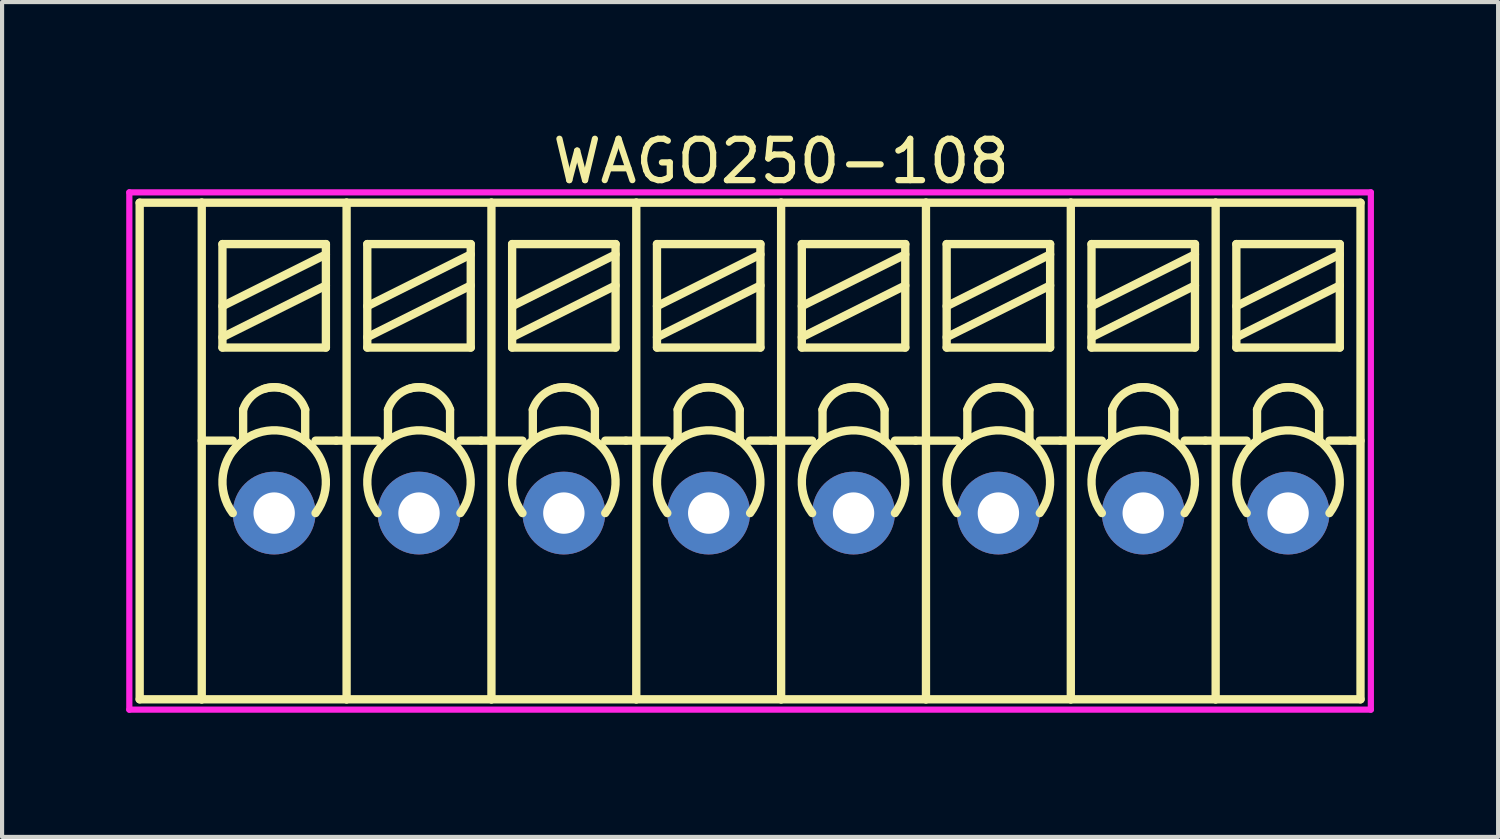
<source format=kicad_pcb>
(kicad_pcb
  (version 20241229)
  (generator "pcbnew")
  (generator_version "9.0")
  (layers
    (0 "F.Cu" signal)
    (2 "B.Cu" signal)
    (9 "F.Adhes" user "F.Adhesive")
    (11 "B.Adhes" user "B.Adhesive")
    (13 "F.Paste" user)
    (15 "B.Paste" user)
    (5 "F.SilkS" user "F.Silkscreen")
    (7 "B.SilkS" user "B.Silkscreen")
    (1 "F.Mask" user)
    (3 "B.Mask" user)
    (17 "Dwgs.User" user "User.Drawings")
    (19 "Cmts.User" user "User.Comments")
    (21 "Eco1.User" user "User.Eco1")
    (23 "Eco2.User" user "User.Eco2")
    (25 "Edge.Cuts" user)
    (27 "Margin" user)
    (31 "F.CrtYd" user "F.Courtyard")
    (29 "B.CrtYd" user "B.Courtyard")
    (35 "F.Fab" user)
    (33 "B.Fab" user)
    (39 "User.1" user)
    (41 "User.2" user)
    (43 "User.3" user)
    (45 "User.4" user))
  (footprint "WAGO250-108"
    (layer "F.Cu")
    (at 28.075 9.348)
    (property "Reference" "WAGO250-108" (at -12.25 -8.5 0) (layer "F.SilkS") (effects (font (size 1 1) (thickness 0.15))))
    (attr through_hole)
    (fp_line (start -27.75 -7.5) (end -26.25 -7.5) (stroke (width 0.201) (type solid)) (layer "F.SilkS"))
    (fp_line (start -27.75 4.5) (end -27.75 -7.5) (stroke (width 0.201) (type solid)) (layer "F.SilkS"))
    (fp_line (start -27.75 4.5) (end -26.25 4.5) (stroke (width 0.201) (type solid)) (layer "F.SilkS"))
    (fp_line (start -26.25 -7.5) (end -26.25 4.5) (stroke (width 0.201) (type solid)) (layer "F.SilkS"))
    (fp_line (start -26.25 -1.75) (end -25.5 -1.75) (stroke (width 0.201) (type solid)) (layer "F.SilkS"))
    (fp_line (start -26.25 4.5) (end -22.75 4.5) (stroke (width 0.201) (type solid)) (layer "F.SilkS"))
    (fp_line (start -25.75 -6.5) (end -25.75 -4) (stroke (width 0.201) (type solid)) (layer "F.SilkS"))
    (fp_line (start -25.75 -4.25) (end -23.25 -5.5) (stroke (width 0.201) (type solid)) (layer "F.SilkS"))
    (fp_line (start -25.75 -4) (end -23.25 -4) (stroke (width 0.201) (type solid)) (layer "F.SilkS"))
    (fp_line (start -25.25 -2.5) (end -25.25 -1.75) (stroke (width 0.201) (type solid)) (layer "F.SilkS"))
    (fp_line (start -23.75 -2.5) (end -23.75 -1.75) (stroke (width 0.201) (type solid)) (layer "F.SilkS"))
    (fp_line (start -23.5 -1.75) (end -23 -1.75) (stroke (width 0.201) (type solid)) (layer "F.SilkS"))
    (fp_line (start -23.25 -6.5) (end -25.75 -6.5) (stroke (width 0.201) (type solid)) (layer "F.SilkS"))
    (fp_line (start -23.25 -6.5) (end -23.25 -4) (stroke (width 0.201) (type solid)) (layer "F.SilkS"))
    (fp_line (start -23.25 -6.25) (end -25.75 -5) (stroke (width 0.201) (type solid)) (layer "F.SilkS"))
    (fp_line (start -23 -1.75) (end -22.75 -1.75) (stroke (width 0.201) (type solid)) (layer "F.SilkS"))
    (fp_line (start -22.75 -7.5) (end -26.25 -7.5) (stroke (width 0.201) (type solid)) (layer "F.SilkS"))
    (fp_line (start -22.75 -7.5) (end -22.75 4.5) (stroke (width 0.201) (type solid)) (layer "F.SilkS"))
    (fp_line (start -22.75 -1.75) (end -22 -1.75) (stroke (width 0.201) (type solid)) (layer "F.SilkS"))
    (fp_line (start -22.75 4.5) (end -19.25 4.5) (stroke (width 0.201) (type solid)) (layer "F.SilkS"))
    (fp_line (start -22.25 -6.5) (end -22.25 -4) (stroke (width 0.201) (type solid)) (layer "F.SilkS"))
    (fp_line (start -22.25 -4.25) (end -19.75 -5.5) (stroke (width 0.201) (type solid)) (layer "F.SilkS"))
    (fp_line (start -22.25 -4) (end -19.75 -4) (stroke (width 0.201) (type solid)) (layer "F.SilkS"))
    (fp_line (start -21.75 -2.5) (end -21.75 -1.75) (stroke (width 0.201) (type solid)) (layer "F.SilkS"))
    (fp_line (start -20.25 -2.5) (end -20.25 -1.75) (stroke (width 0.201) (type solid)) (layer "F.SilkS"))
    (fp_line (start -20 -1.75) (end -19.5 -1.75) (stroke (width 0.201) (type solid)) (layer "F.SilkS"))
    (fp_line (start -19.75 -6.5) (end -22.25 -6.5) (stroke (width 0.201) (type solid)) (layer "F.SilkS"))
    (fp_line (start -19.75 -6.5) (end -19.75 -4) (stroke (width 0.201) (type solid)) (layer "F.SilkS"))
    (fp_line (start -19.75 -6.25) (end -22.25 -5) (stroke (width 0.201) (type solid)) (layer "F.SilkS"))
    (fp_line (start -19.5 -1.75) (end -19.25 -1.75) (stroke (width 0.201) (type solid)) (layer "F.SilkS"))
    (fp_line (start -19.25 -7.5) (end -22.75 -7.5) (stroke (width 0.201) (type solid)) (layer "F.SilkS"))
    (fp_line (start -19.25 -7.5) (end -19.25 4.5) (stroke (width 0.201) (type solid)) (layer "F.SilkS"))
    (fp_line (start -19.25 -1.75) (end -18.5 -1.75) (stroke (width 0.201) (type solid)) (layer "F.SilkS"))
    (fp_line (start -19.25 4.5) (end -15.75 4.5) (stroke (width 0.201) (type solid)) (layer "F.SilkS"))
    (fp_line (start -18.75 -6.5) (end -18.75 -4) (stroke (width 0.201) (type solid)) (layer "F.SilkS"))
    (fp_line (start -18.75 -4.25) (end -16.25 -5.5) (stroke (width 0.201) (type solid)) (layer "F.SilkS"))
    (fp_line (start -18.75 -4) (end -16.25 -4) (stroke (width 0.201) (type solid)) (layer "F.SilkS"))
    (fp_line (start -18.25 -2.5) (end -18.25 -1.75) (stroke (width 0.201) (type solid)) (layer "F.SilkS"))
    (fp_line (start -16.75 -2.5) (end -16.75 -1.75) (stroke (width 0.201) (type solid)) (layer "F.SilkS"))
    (fp_line (start -16.5 -1.75) (end -16 -1.75) (stroke (width 0.201) (type solid)) (layer "F.SilkS"))
    (fp_line (start -16.25 -6.5) (end -18.75 -6.5) (stroke (width 0.201) (type solid)) (layer "F.SilkS"))
    (fp_line (start -16.25 -6.5) (end -16.25 -4) (stroke (width 0.201) (type solid)) (layer "F.SilkS"))
    (fp_line (start -16.25 -6.25) (end -18.75 -5) (stroke (width 0.201) (type solid)) (layer "F.SilkS"))
    (fp_line (start -16 -1.75) (end -15.75 -1.75) (stroke (width 0.201) (type solid)) (layer "F.SilkS"))
    (fp_line (start -15.75 -7.5) (end -19.25 -7.5) (stroke (width 0.201) (type solid)) (layer "F.SilkS"))
    (fp_line (start -15.75 -7.5) (end -15.75 4.5) (stroke (width 0.201) (type solid)) (layer "F.SilkS"))
    (fp_line (start -15.75 -1.75) (end -15 -1.75) (stroke (width 0.201) (type solid)) (layer "F.SilkS"))
    (fp_line (start -15.75 4.5) (end -12.25 4.5) (stroke (width 0.201) (type solid)) (layer "F.SilkS"))
    (fp_line (start -15.25 -6.5) (end -15.25 -4) (stroke (width 0.201) (type solid)) (layer "F.SilkS"))
    (fp_line (start -15.25 -4.25) (end -12.75 -5.5) (stroke (width 0.201) (type solid)) (layer "F.SilkS"))
    (fp_line (start -15.25 -4) (end -12.75 -4) (stroke (width 0.201) (type solid)) (layer "F.SilkS"))
    (fp_line (start -14.75 -2.5) (end -14.75 -1.75) (stroke (width 0.201) (type solid)) (layer "F.SilkS"))
    (fp_line (start -13.25 -2.5) (end -13.25 -1.75) (stroke (width 0.201) (type solid)) (layer "F.SilkS"))
    (fp_line (start -13 -1.75) (end -12.5 -1.75) (stroke (width 0.201) (type solid)) (layer "F.SilkS"))
    (fp_line (start -12.75 -6.5) (end -15.25 -6.5) (stroke (width 0.201) (type solid)) (layer "F.SilkS"))
    (fp_line (start -12.75 -6.5) (end -12.75 -4) (stroke (width 0.201) (type solid)) (layer "F.SilkS"))
    (fp_line (start -12.75 -6.25) (end -15.25 -5) (stroke (width 0.201) (type solid)) (layer "F.SilkS"))
    (fp_line (start -12.5 -1.75) (end -12.25 -1.75) (stroke (width 0.201) (type solid)) (layer "F.SilkS"))
    (fp_line (start -12.25 -7.5) (end -15.75 -7.5) (stroke (width 0.201) (type solid)) (layer "F.SilkS"))
    (fp_line (start -12.25 -7.5) (end -12.25 4.5) (stroke (width 0.201) (type solid)) (layer "F.SilkS"))
    (fp_line (start -12.25 -1.75) (end -11.5 -1.75) (stroke (width 0.201) (type solid)) (layer "F.SilkS"))
    (fp_line (start -12.25 4.5) (end -8.75 4.5) (stroke (width 0.201) (type solid)) (layer "F.SilkS"))
    (fp_line (start -11.75 -6.5) (end -11.75 -4) (stroke (width 0.201) (type solid)) (layer "F.SilkS"))
    (fp_line (start -11.75 -4.25) (end -9.25 -5.5) (stroke (width 0.201) (type solid)) (layer "F.SilkS"))
    (fp_line (start -11.75 -4) (end -9.25 -4) (stroke (width 0.201) (type solid)) (layer "F.SilkS"))
    (fp_line (start -11.25 -2.5) (end -11.25 -1.75) (stroke (width 0.201) (type solid)) (layer "F.SilkS"))
    (fp_line (start -9.75 -2.5) (end -9.75 -1.75) (stroke (width 0.201) (type solid)) (layer "F.SilkS"))
    (fp_line (start -9.5 -1.75) (end -9 -1.75) (stroke (width 0.201) (type solid)) (layer "F.SilkS"))
    (fp_line (start -9.25 -6.5) (end -11.75 -6.5) (stroke (width 0.201) (type solid)) (layer "F.SilkS"))
    (fp_line (start -9.25 -6.5) (end -9.25 -4) (stroke (width 0.201) (type solid)) (layer "F.SilkS"))
    (fp_line (start -9.25 -6.25) (end -11.75 -5) (stroke (width 0.201) (type solid)) (layer "F.SilkS"))
    (fp_line (start -9 -1.75) (end -8.75 -1.75) (stroke (width 0.201) (type solid)) (layer "F.SilkS"))
    (fp_line (start -8.75 -7.5) (end -12.25 -7.5) (stroke (width 0.201) (type solid)) (layer "F.SilkS"))
    (fp_line (start -8.75 -7.5) (end -8.75 4.5) (stroke (width 0.201) (type solid)) (layer "F.SilkS"))
    (fp_line (start -8.75 -1.75) (end -8 -1.75) (stroke (width 0.201) (type solid)) (layer "F.SilkS"))
    (fp_line (start -8.75 4.5) (end -5.25 4.5) (stroke (width 0.201) (type solid)) (layer "F.SilkS"))
    (fp_line (start -8.25 -6.5) (end -8.25 -4) (stroke (width 0.201) (type solid)) (layer "F.SilkS"))
    (fp_line (start -8.25 -4.25) (end -5.75 -5.5) (stroke (width 0.201) (type solid)) (layer "F.SilkS"))
    (fp_line (start -8.25 -4) (end -5.75 -4) (stroke (width 0.201) (type solid)) (layer "F.SilkS"))
    (fp_line (start -7.75 -2.5) (end -7.75 -1.75) (stroke (width 0.201) (type solid)) (layer "F.SilkS"))
    (fp_line (start -6.25 -2.5) (end -6.25 -1.75) (stroke (width 0.201) (type solid)) (layer "F.SilkS"))
    (fp_line (start -6 -1.75) (end -5.5 -1.75) (stroke (width 0.201) (type solid)) (layer "F.SilkS"))
    (fp_line (start -5.75 -6.5) (end -8.25 -6.5) (stroke (width 0.201) (type solid)) (layer "F.SilkS"))
    (fp_line (start -5.75 -6.5) (end -5.75 -4) (stroke (width 0.201) (type solid)) (layer "F.SilkS"))
    (fp_line (start -5.75 -6.25) (end -8.25 -5) (stroke (width 0.201) (type solid)) (layer "F.SilkS"))
    (fp_line (start -5.5 -1.75) (end -5.25 -1.75) (stroke (width 0.201) (type solid)) (layer "F.SilkS"))
    (fp_line (start -5.25 -7.5) (end -8.75 -7.5) (stroke (width 0.201) (type solid)) (layer "F.SilkS"))
    (fp_line (start -5.25 -7.5) (end -5.25 4.5) (stroke (width 0.201) (type solid)) (layer "F.SilkS"))
    (fp_line (start -5.25 -1.75) (end -4.5 -1.75) (stroke (width 0.201) (type solid)) (layer "F.SilkS"))
    (fp_line (start -5.25 4.5) (end -1.75 4.5) (stroke (width 0.201) (type solid)) (layer "F.SilkS"))
    (fp_line (start -4.75 -6.5) (end -4.75 -4) (stroke (width 0.201) (type solid)) (layer "F.SilkS"))
    (fp_line (start -4.75 -4.25) (end -2.25 -5.5) (stroke (width 0.201) (type solid)) (layer "F.SilkS"))
    (fp_line (start -4.75 -4) (end -2.25 -4) (stroke (width 0.201) (type solid)) (layer "F.SilkS"))
    (fp_line (start -4.25 -2.5) (end -4.25 -1.75) (stroke (width 0.201) (type solid)) (layer "F.SilkS"))
    (fp_line (start -2.75 -2.5) (end -2.75 -1.75) (stroke (width 0.201) (type solid)) (layer "F.SilkS"))
    (fp_line (start -2.5 -1.75) (end -2 -1.75) (stroke (width 0.201) (type solid)) (layer "F.SilkS"))
    (fp_line (start -2.25 -6.5) (end -4.75 -6.5) (stroke (width 0.201) (type solid)) (layer "F.SilkS"))
    (fp_line (start -2.25 -6.5) (end -2.25 -4) (stroke (width 0.201) (type solid)) (layer "F.SilkS"))
    (fp_line (start -2.25 -6.25) (end -4.75 -5) (stroke (width 0.201) (type solid)) (layer "F.SilkS"))
    (fp_line (start -2 -1.75) (end -1.75 -1.75) (stroke (width 0.201) (type solid)) (layer "F.SilkS"))
    (fp_line (start -1.75 -7.5) (end -5.25 -7.5) (stroke (width 0.201) (type solid)) (layer "F.SilkS"))
    (fp_line (start -1.75 -7.5) (end -1.75 4.5) (stroke (width 0.201) (type solid)) (layer "F.SilkS"))
    (fp_line (start -1.75 -1.75) (end -1 -1.75) (stroke (width 0.201) (type solid)) (layer "F.SilkS"))
    (fp_line (start -1.75 4.5) (end 1.75 4.5) (stroke (width 0.201) (type solid)) (layer "F.SilkS"))
    (fp_line (start -1.25 -6.5) (end -1.25 -4) (stroke (width 0.201) (type solid)) (layer "F.SilkS"))
    (fp_line (start -1.25 -4.25) (end 1.25 -5.5) (stroke (width 0.201) (type solid)) (layer "F.SilkS"))
    (fp_line (start -1.25 -4) (end 1.25 -4) (stroke (width 0.201) (type solid)) (layer "F.SilkS"))
    (fp_line (start -0.75 -2.5) (end -0.75 -1.75) (stroke (width 0.201) (type solid)) (layer "F.SilkS"))
    (fp_line (start 0.75 -2.5) (end 0.75 -1.75) (stroke (width 0.201) (type solid)) (layer "F.SilkS"))
    (fp_line (start 1 -1.75) (end 1.5 -1.75) (stroke (width 0.201) (type solid)) (layer "F.SilkS"))
    (fp_line (start 1.25 -6.5) (end -1.25 -6.5) (stroke (width 0.201) (type solid)) (layer "F.SilkS"))
    (fp_line (start 1.25 -6.5) (end 1.25 -4) (stroke (width 0.201) (type solid)) (layer "F.SilkS"))
    (fp_line (start 1.25 -6.25) (end -1.25 -5) (stroke (width 0.201) (type solid)) (layer "F.SilkS"))
    (fp_line (start 1.5 -1.75) (end 1.75 -1.75) (stroke (width 0.201) (type solid)) (layer "F.SilkS"))
    (fp_line (start 1.75 -7.5) (end -1.75 -7.5) (stroke (width 0.201) (type solid)) (layer "F.SilkS"))
    (fp_line (start 1.75 4.5) (end 1.75 -7.5) (stroke (width 0.201) (type solid)) (layer "F.SilkS"))
    (fp_arc (start -25.5 -1.5) (mid -24.676777 -1.987437) (end -23.75 -1.75) (stroke (width 0.2012) (type solid)) (layer "F.SilkS"))
    (fp_arc (start -25.5 0) (mid -25.737437 -0.926777) (end -25.25 -1.75) (stroke (width 0.2012) (type solid)) (layer "F.SilkS"))
    (fp_arc (start -25.25 -2.5) (mid -24.853553 -2.957107) (end -24.25 -3) (stroke (width 0.2012) (type solid)) (layer "F.SilkS"))
    (fp_arc (start -24.75 -3) (mid -24.146447 -2.957107) (end -23.75 -2.5) (stroke (width 0.2012) (type solid)) (layer "F.SilkS"))
    (fp_arc (start -23.75 -1.75) (mid -23.262563 -0.926777) (end -23.5 0) (stroke (width 0.2012) (type solid)) (layer "F.SilkS"))
    (fp_arc (start -22 -1.5) (mid -21.176777 -1.987437) (end -20.25 -1.75) (stroke (width 0.2012) (type solid)) (layer "F.SilkS"))
    (fp_arc (start -22 0) (mid -22.237437 -0.926777) (end -21.75 -1.75) (stroke (width 0.2012) (type solid)) (layer "F.SilkS"))
    (fp_arc (start -21.75 -2.5) (mid -21.353553 -2.957107) (end -20.75 -3) (stroke (width 0.2012) (type solid)) (layer "F.SilkS"))
    (fp_arc (start -21.25 -3) (mid -20.646447 -2.957107) (end -20.25 -2.5) (stroke (width 0.2012) (type solid)) (layer "F.SilkS"))
    (fp_arc (start -20.25 -1.75) (mid -19.762563 -0.926777) (end -20 0) (stroke (width 0.2012) (type solid)) (layer "F.SilkS"))
    (fp_arc (start -18.5 -1.5) (mid -17.676777 -1.987437) (end -16.75 -1.75) (stroke (width 0.2012) (type solid)) (layer "F.SilkS"))
    (fp_arc (start -18.5 0) (mid -18.737437 -0.926777) (end -18.25 -1.75) (stroke (width 0.2012) (type solid)) (layer "F.SilkS"))
    (fp_arc (start -18.25 -2.5) (mid -17.853553 -2.957107) (end -17.25 -3) (stroke (width 0.2012) (type solid)) (layer "F.SilkS"))
    (fp_arc (start -17.75 -3) (mid -17.146447 -2.957107) (end -16.75 -2.5) (stroke (width 0.2012) (type solid)) (layer "F.SilkS"))
    (fp_arc (start -16.75 -1.75) (mid -16.262563 -0.926777) (end -16.5 0) (stroke (width 0.2012) (type solid)) (layer "F.SilkS"))
    (fp_arc (start -15 -1.5) (mid -14.176777 -1.987437) (end -13.25 -1.75) (stroke (width 0.2012) (type solid)) (layer "F.SilkS"))
    (fp_arc (start -15 0) (mid -15.237437 -0.926777) (end -14.75 -1.75) (stroke (width 0.2012) (type solid)) (layer "F.SilkS"))
    (fp_arc (start -14.75 -2.5) (mid -14.353553 -2.957107) (end -13.75 -3) (stroke (width 0.2012) (type solid)) (layer "F.SilkS"))
    (fp_arc (start -14.25 -3) (mid -13.646447 -2.957107) (end -13.25 -2.5) (stroke (width 0.2012) (type solid)) (layer "F.SilkS"))
    (fp_arc (start -13.25 -1.75) (mid -12.762563 -0.926777) (end -13 0) (stroke (width 0.2012) (type solid)) (layer "F.SilkS"))
    (fp_arc (start -11.5 -1.5) (mid -10.676777 -1.987437) (end -9.75 -1.75) (stroke (width 0.2012) (type solid)) (layer "F.SilkS"))
    (fp_arc (start -11.5 0) (mid -11.737437 -0.926777) (end -11.25 -1.75) (stroke (width 0.2012) (type solid)) (layer "F.SilkS"))
    (fp_arc (start -11.25 -2.5) (mid -10.853553 -2.957107) (end -10.25 -3) (stroke (width 0.2012) (type solid)) (layer "F.SilkS"))
    (fp_arc (start -10.75 -3) (mid -10.146447 -2.957107) (end -9.75 -2.5) (stroke (width 0.2012) (type solid)) (layer "F.SilkS"))
    (fp_arc (start -9.75 -1.75) (mid -9.262563 -0.926777) (end -9.5 0) (stroke (width 0.2012) (type solid)) (layer "F.SilkS"))
    (fp_arc (start -8 -1.5) (mid -7.176777 -1.987437) (end -6.25 -1.75) (stroke (width 0.2012) (type solid)) (layer "F.SilkS"))
    (fp_arc (start -8 0) (mid -8.237437 -0.926777) (end -7.75 -1.75) (stroke (width 0.2012) (type solid)) (layer "F.SilkS"))
    (fp_arc (start -7.75 -2.5) (mid -7.353553 -2.957107) (end -6.75 -3) (stroke (width 0.2012) (type solid)) (layer "F.SilkS"))
    (fp_arc (start -7.25 -3) (mid -6.646447 -2.957107) (end -6.25 -2.5) (stroke (width 0.2012) (type solid)) (layer "F.SilkS"))
    (fp_arc (start -6.25 -1.75) (mid -5.762563 -0.926777) (end -6 0) (stroke (width 0.2012) (type solid)) (layer "F.SilkS"))
    (fp_arc (start -4.5 -1.5) (mid -3.676777 -1.987437) (end -2.75 -1.75) (stroke (width 0.2012) (type solid)) (layer "F.SilkS"))
    (fp_arc (start -4.5 0) (mid -4.737437 -0.926777) (end -4.25 -1.75) (stroke (width 0.2012) (type solid)) (layer "F.SilkS"))
    (fp_arc (start -4.25 -2.5) (mid -3.853553 -2.957107) (end -3.25 -3) (stroke (width 0.2012) (type solid)) (layer "F.SilkS"))
    (fp_arc (start -3.75 -3) (mid -3.146447 -2.957107) (end -2.75 -2.5) (stroke (width 0.2012) (type solid)) (layer "F.SilkS"))
    (fp_arc (start -2.75 -1.75) (mid -2.262563 -0.926777) (end -2.5 0) (stroke (width 0.2012) (type solid)) (layer "F.SilkS"))
    (fp_arc (start -1 -1.5) (mid -0.176777 -1.987437) (end 0.75 -1.75) (stroke (width 0.2012) (type solid)) (layer "F.SilkS"))
    (fp_arc (start -1 0) (mid -1.237437 -0.926777) (end -0.75 -1.75) (stroke (width 0.2012) (type solid)) (layer "F.SilkS"))
    (fp_arc (start -0.75 -2.5) (mid -0.353553 -2.957107) (end 0.25 -3) (stroke (width 0.2012) (type solid)) (layer "F.SilkS"))
    (fp_arc (start -0.25 -3) (mid 0.353553 -2.957107) (end 0.75 -2.5) (stroke (width 0.2012) (type solid)) (layer "F.SilkS"))
    (fp_arc (start 0.75 -1.75) (mid 1.237437 -0.926777) (end 1 0) (stroke (width 0.2012) (type solid)) (layer "F.SilkS"))
    (fp_line (start -28 -7.75) (end 2 -7.75) (stroke (width 0.15) (type solid)) (layer "F.CrtYd"))
    (fp_line (start -28 4.75) (end -28 -7.75) (stroke (width 0.15) (type solid)) (layer "F.CrtYd"))
    (fp_line (start 2 -7.75) (end 2 4.75) (stroke (width 0.15) (type solid)) (layer "F.CrtYd"))
    (fp_line (start 2 4.75) (end -28 4.75) (stroke (width 0.15) (type solid)) (layer "F.CrtYd"))
    (pad "1" thru_hole circle (at 0 0) (size 2 2) (drill 1) (layers "*.Cu" "*.Mask"))
    (pad "2" thru_hole circle (at -3.5 0) (size 2 2) (drill 1) (layers "*.Cu" "*.Mask"))
    (pad "3" thru_hole circle (at -7 0) (size 2 2) (drill 1) (layers "*.Cu" "*.Mask"))
    (pad "4" thru_hole circle (at -10.5 0) (size 2 2) (drill 1) (layers "*.Cu" "*.Mask"))
    (pad "5" thru_hole circle (at -14 0) (size 2 2) (drill 1) (layers "*.Cu" "*.Mask"))
    (pad "6" thru_hole circle (at -17.5 0) (size 2 2) (drill 1) (layers "*.Cu" "*.Mask"))
    (pad "7" thru_hole circle (at -21 0) (size 2 2) (drill 1) (layers "*.Cu" "*.Mask"))
    (pad "8" thru_hole circle (at -24.5 0) (size 2 2) (drill 1) (layers "*.Cu" "*.Mask")))
  (gr_rect
    (start -3 -3)
    (end 33.15 17.173)
    (stroke (width 0.1) (type default))
    (fill no)
    (layer "Edge.Cuts")))
</source>
